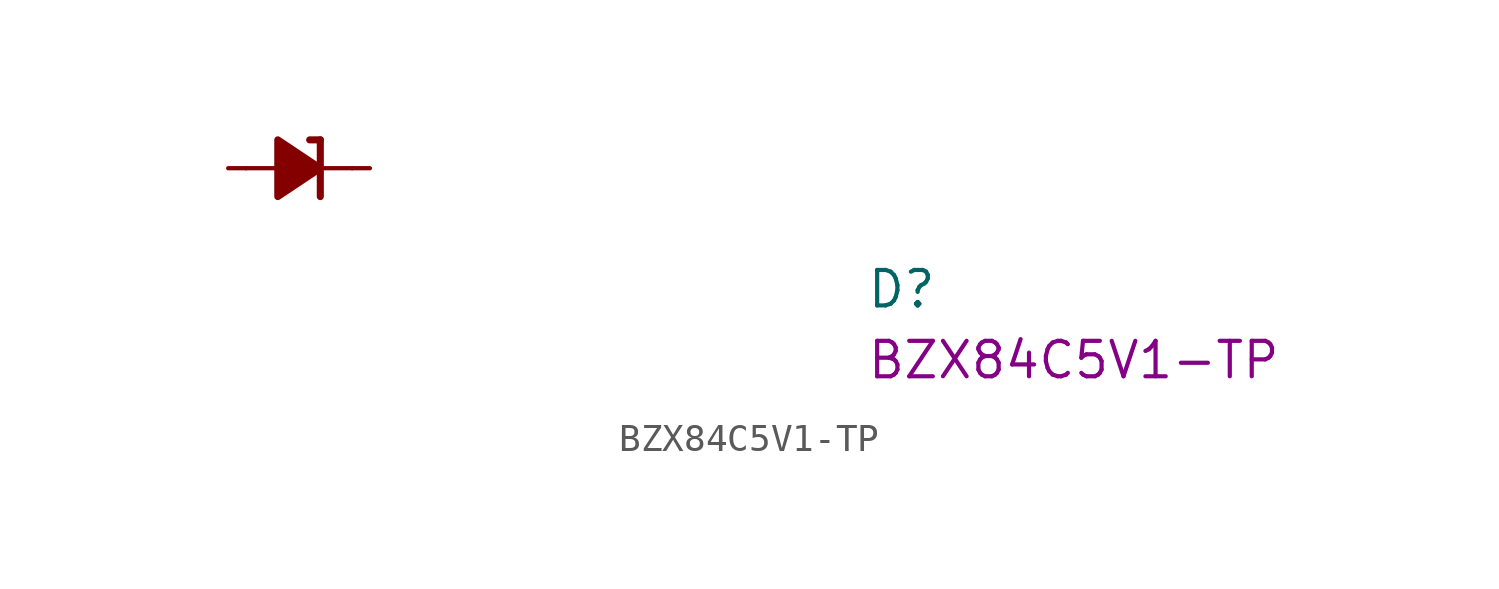
<source format=kicad_sym>
(kicad_symbol_lib
  (version 20220914)
  (generator kicad_symbol_editor)
  (symbol "BZX84C5V1-TP"
    (pin_numbers hide)
    (pin_names hide)
    (property "Reference" "D"
      (at 22.86 -5.08 0)
      (effects (font (size 1.27 1.27) (thickness 0.15)) (justify left bottom)))
    (property "MPN" "BZX84C5V1-TP"
      (at 22.86 -7.62 0)
      (effects (font (size 1.27 1.27) (thickness 0.15)) (justify left bottom)))
    (symbol "BZX84C5V1-TP_0_1"
      (polyline (pts (xy 0.635 0) (xy 1.905 0)) (stroke (width 0) (type default)) (fill (type none)))
      (polyline (pts (xy 3.175 0) (xy 4.445 0)) (stroke (width 0) (type default)) (fill (type none))))
    (symbol "BZX84C5V1-TP_1_1"
      (polyline (pts (xy 2.921 1.016) (xy 3.302 1.016)) (stroke (width 0.254) (type default)) (fill (type none)))
      (polyline (pts (xy 3.302 -1.016) (xy 3.302 1.016)) (stroke (width 0.254) (type default)) (fill (type none)))
      (polyline (pts (xy 1.778 -1.016) (xy 1.778 1.016) (xy 3.302 0) (xy 1.778 -1.016)) (stroke (width 0.254) (type default)) (fill (type outline)))
      (pin passive line (at 0 0 0) (length 0.635) (name "A" (effects (font (size 1.27 1.27)))) (number "1" (effects (font (size 1.27 1.27)))))
      (pin no_connect line (at 2.54 0 180) (length 2.54) hide (name "2" (effects (font (size 1.27 1.27)))) (number "2" (effects (font (size 1.27 1.27)))))
      (pin passive line (at 5.08 0 180) (length 0.635) (name "C" (effects (font (size 1.27 1.27)))) (number "3" (effects (font (size 1.27 1.27))))))))
</source>
